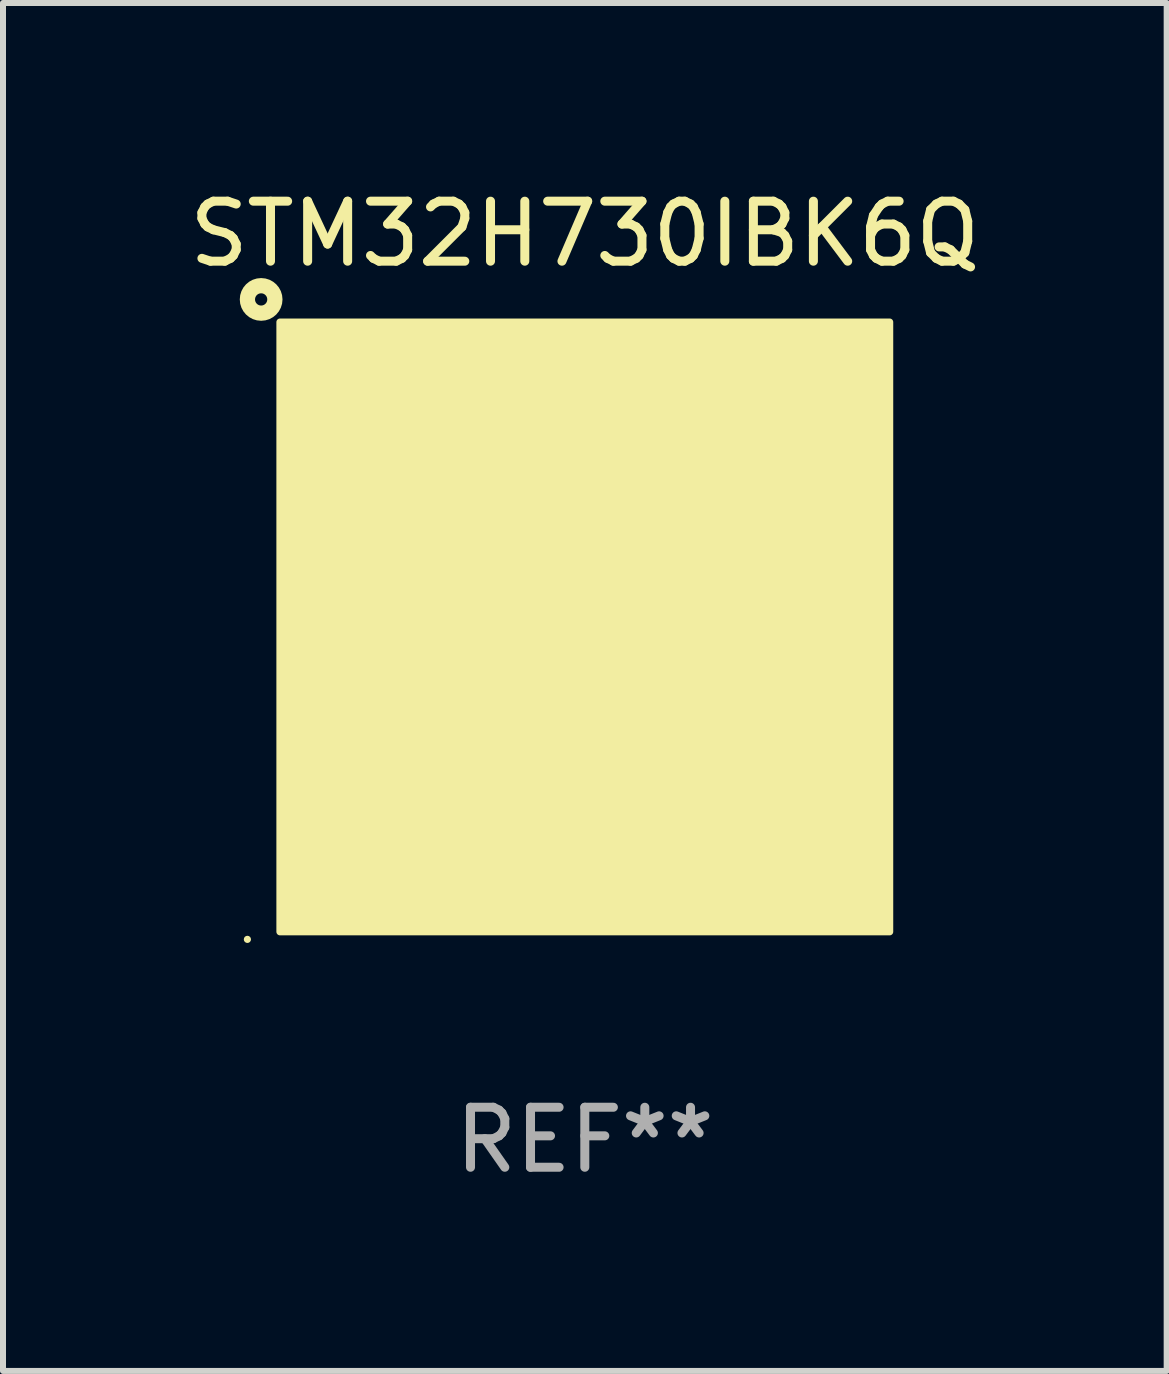
<source format=kicad_pcb>
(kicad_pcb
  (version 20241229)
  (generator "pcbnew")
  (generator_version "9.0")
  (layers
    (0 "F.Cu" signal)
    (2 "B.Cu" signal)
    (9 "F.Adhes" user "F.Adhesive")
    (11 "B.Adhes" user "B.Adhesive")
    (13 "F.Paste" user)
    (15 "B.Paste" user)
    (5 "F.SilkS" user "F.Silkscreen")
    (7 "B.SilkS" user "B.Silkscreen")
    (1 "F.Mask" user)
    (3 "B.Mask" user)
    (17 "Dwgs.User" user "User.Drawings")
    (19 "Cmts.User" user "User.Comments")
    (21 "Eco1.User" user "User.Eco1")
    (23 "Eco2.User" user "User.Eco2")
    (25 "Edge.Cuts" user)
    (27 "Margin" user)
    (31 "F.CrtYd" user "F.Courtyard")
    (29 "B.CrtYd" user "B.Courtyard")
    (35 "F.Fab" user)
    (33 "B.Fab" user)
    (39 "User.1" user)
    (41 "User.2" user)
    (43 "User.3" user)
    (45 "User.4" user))
  (footprint "STM32H730IBK6Q"
    (layer "F.Cu")
    (at 6.696 7.398)
    (property "Reference" "STM32H730IBK6Q" (at 0 -6.55 0) (layer "F.SilkS") (effects (font (size 1 1) (thickness 0.15))))
    (attr through_hole)
    (fp_circle (center -5.623 5.207) (end -5.593 5.207) (stroke (width 0.06) (type solid)) (fill no) (layer "F.SilkS"))
    (fp_circle (center -5.394 -5.458) (end -5.292 -5.458) (stroke (width 0.254) (type solid)) (fill no) (layer "F.SilkS"))
    (fp_poly (pts (xy -5.08 -5.08) (xy 5.08 -5.08) (xy 5.08 5.08) (xy -5.08 5.08)) (stroke (width 0.12) (type solid)) (fill yes) (layer "F.SilkS"))
    (fp_text user "REF**" (at 0 8.55 0) (layer "F.Fab") (effects (font (size 1 1) (thickness 0.15))))
    (pad "A1" smd circle (at -4.55 -4.55) (size 0.3 0.3) (layers "F.Cu" "F.Mask" "F.Paste"))
    (pad "A2" smd circle (at -3.9 -4.55) (size 0.3 0.3) (layers "F.Cu" "F.Mask" "F.Paste"))
    (pad "A3" smd circle (at -3.25 -4.55) (size 0.3 0.3) (layers "F.Cu" "F.Mask" "F.Paste"))
    (pad "A4" smd circle (at -2.6 -4.55) (size 0.3 0.3) (layers "F.Cu" "F.Mask" "F.Paste"))
    (pad "A5" smd circle (at -1.95 -4.55) (size 0.3 0.3) (layers "F.Cu" "F.Mask" "F.Paste"))
    (pad "A6" smd circle (at -1.3 -4.55) (size 0.3 0.3) (layers "F.Cu" "F.Mask" "F.Paste"))
    (pad "A7" smd circle (at -0.65 -4.55) (size 0.3 0.3) (layers "F.Cu" "F.Mask" "F.Paste"))
    (pad "A8" smd circle (at -0.000127 -4.55) (size 0.3 0.3) (layers "F.Cu" "F.Mask" "F.Paste"))
    (pad "A9" smd circle (at 0.65 -4.55) (size 0.3 0.3) (layers "F.Cu" "F.Mask" "F.Paste"))
    (pad "A10" smd circle (at 1.3 -4.55) (size 0.3 0.3) (layers "F.Cu" "F.Mask" "F.Paste"))
    (pad "A11" smd circle (at 1.95 -4.55) (size 0.3 0.3) (layers "F.Cu" "F.Mask" "F.Paste"))
    (pad "A12" smd circle (at 2.6 -4.55) (size 0.3 0.3) (layers "F.Cu" "F.Mask" "F.Paste"))
    (pad "A13" smd circle (at 3.25 -4.55) (size 0.3 0.3) (layers "F.Cu" "F.Mask" "F.Paste"))
    (pad "A14" smd circle (at 3.9 -4.55) (size 0.3 0.3) (layers "F.Cu" "F.Mask" "F.Paste"))
    (pad "A15" smd circle (at 4.55 -4.55) (size 0.3 0.3) (layers "F.Cu" "F.Mask" "F.Paste"))
    (pad "B1" smd circle (at -4.55 -3.9) (size 0.3 0.3) (layers "F.Cu" "F.Mask" "F.Paste"))
    (pad "B2" smd circle (at -3.9 -3.9) (size 0.3 0.3) (layers "F.Cu" "F.Mask" "F.Paste"))
    (pad "B3" smd circle (at -3.25 -3.9) (size 0.3 0.3) (layers "F.Cu" "F.Mask" "F.Paste"))
    (pad "B4" smd circle (at -2.6 -3.9) (size 0.3 0.3) (layers "F.Cu" "F.Mask" "F.Paste"))
    (pad "B5" smd circle (at -1.95 -3.9) (size 0.3 0.3) (layers "F.Cu" "F.Mask" "F.Paste"))
    (pad "B6" smd circle (at -1.3 -3.9) (size 0.3 0.3) (layers "F.Cu" "F.Mask" "F.Paste"))
    (pad "B7" smd circle (at -0.65 -3.9) (size 0.3 0.3) (layers "F.Cu" "F.Mask" "F.Paste"))
    (pad "B8" smd circle (at 0.000127 -3.9) (size 0.3 0.3) (layers "F.Cu" "F.Mask" "F.Paste"))
    (pad "B9" smd circle (at 0.65 -3.9) (size 0.3 0.3) (layers "F.Cu" "F.Mask" "F.Paste"))
    (pad "B10" smd circle (at 1.3 -3.9) (size 0.3 0.3) (layers "F.Cu" "F.Mask" "F.Paste"))
    (pad "B11" smd circle (at 1.95 -3.9) (size 0.3 0.3) (layers "F.Cu" "F.Mask" "F.Paste"))
    (pad "B12" smd circle (at 2.6 -3.9) (size 0.3 0.3) (layers "F.Cu" "F.Mask" "F.Paste"))
    (pad "B13" smd circle (at 3.25 -3.9) (size 0.3 0.3) (layers "F.Cu" "F.Mask" "F.Paste"))
    (pad "B14" smd circle (at 3.9 -3.9) (size 0.3 0.3) (layers "F.Cu" "F.Mask" "F.Paste"))
    (pad "B15" smd circle (at 4.55 -3.9) (size 0.3 0.3) (layers "F.Cu" "F.Mask" "F.Paste"))
    (pad "C1" smd circle (at -4.55 -3.25) (size 0.3 0.3) (layers "F.Cu" "F.Mask" "F.Paste"))
    (pad "C2" smd circle (at -3.9 -3.25) (size 0.3 0.3) (layers "F.Cu" "F.Mask" "F.Paste"))
    (pad "C3" smd circle (at -3.25 -3.25) (size 0.3 0.3) (layers "F.Cu" "F.Mask" "F.Paste"))
    (pad "C4" smd circle (at -2.6 -3.25) (size 0.3 0.3) (layers "F.Cu" "F.Mask" "F.Paste"))
    (pad "C5" smd circle (at -1.95 -3.25) (size 0.3 0.3) (layers "F.Cu" "F.Mask" "F.Paste"))
    (pad "C6" smd circle (at -1.3 -3.25) (size 0.3 0.3) (layers "F.Cu" "F.Mask" "F.Paste"))
    (pad "C7" smd circle (at -0.65 -3.25) (size 0.3 0.3) (layers "F.Cu" "F.Mask" "F.Paste"))
    (pad "C8" smd circle (at 0.000127 -3.25) (size 0.3 0.3) (layers "F.Cu" "F.Mask" "F.Paste"))
    (pad "C9" smd circle (at 0.65 -3.25) (size 0.3 0.3) (layers "F.Cu" "F.Mask" "F.Paste"))
    (pad "C10" smd circle (at 1.3 -3.25) (size 0.3 0.3) (layers "F.Cu" "F.Mask" "F.Paste"))
    (pad "C11" smd circle (at 1.95 -3.25) (size 0.3 0.3) (layers "F.Cu" "F.Mask" "F.Paste"))
    (pad "C12" smd circle (at 2.6 -3.25) (size 0.3 0.3) (layers "F.Cu" "F.Mask" "F.Paste"))
    (pad "C13" smd circle (at 3.25 -3.25) (size 0.3 0.3) (layers "F.Cu" "F.Mask" "F.Paste"))
    (pad "C14" smd circle (at 3.9 -3.25) (size 0.3 0.3) (layers "F.Cu" "F.Mask" "F.Paste"))
    (pad "C15" smd circle (at 4.55 -3.25) (size 0.3 0.3) (layers "F.Cu" "F.Mask" "F.Paste"))
    (pad "D1" smd circle (at -4.55 -2.6) (size 0.3 0.3) (layers "F.Cu" "F.Mask" "F.Paste"))
    (pad "D2" smd circle (at -3.9 -2.6) (size 0.3 0.3) (layers "F.Cu" "F.Mask" "F.Paste"))
    (pad "D3" smd circle (at -3.25 -2.6) (size 0.3 0.3) (layers "F.Cu" "F.Mask" "F.Paste"))
    (pad "D4" smd circle (at -2.6 -2.6) (size 0.3 0.3) (layers "F.Cu" "F.Mask" "F.Paste"))
    (pad "D5" smd circle (at -1.95 -2.6) (size 0.3 0.3) (layers "F.Cu" "F.Mask" "F.Paste"))
    (pad "D6" smd circle (at -1.3 -2.6) (size 0.3 0.3) (layers "F.Cu" "F.Mask" "F.Paste"))
    (pad "D7" smd circle (at -0.65 -2.6) (size 0.3 0.3) (layers "F.Cu" "F.Mask" "F.Paste"))
    (pad "D8" smd circle (at -0.000127 -2.6) (size 0.3 0.3) (layers "F.Cu" "F.Mask" "F.Paste"))
    (pad "D9" smd circle (at 0.65 -2.6) (size 0.3 0.3) (layers "F.Cu" "F.Mask" "F.Paste"))
    (pad "D10" smd circle (at 1.3 -2.6) (size 0.3 0.3) (layers "F.Cu" "F.Mask" "F.Paste"))
    (pad "D11" smd circle (at 1.95 -2.6) (size 0.3 0.3) (layers "F.Cu" "F.Mask" "F.Paste"))
    (pad "D12" smd circle (at 2.6 -2.6) (size 0.3 0.3) (layers "F.Cu" "F.Mask" "F.Paste"))
    (pad "D13" smd circle (at 3.25 -2.6) (size 0.3 0.3) (layers "F.Cu" "F.Mask" "F.Paste"))
    (pad "D14" smd circle (at 3.9 -2.6) (size 0.3 0.3) (layers "F.Cu" "F.Mask" "F.Paste"))
    (pad "D15" smd circle (at 4.55 -2.6) (size 0.3 0.3) (layers "F.Cu" "F.Mask" "F.Paste"))
    (pad "E1" smd circle (at -4.55 -1.95) (size 0.3 0.3) (layers "F.Cu" "F.Mask" "F.Paste"))
    (pad "E2" smd circle (at -3.9 -1.95) (size 0.3 0.3) (layers "F.Cu" "F.Mask" "F.Paste"))
    (pad "E3" smd circle (at -3.25 -1.95) (size 0.3 0.3) (layers "F.Cu" "F.Mask" "F.Paste"))
    (pad "E4" smd circle (at -2.6 -1.95) (size 0.3 0.3) (layers "F.Cu" "F.Mask" "F.Paste"))
    (pad "E12" smd circle (at 2.6 -1.95) (size 0.3 0.3) (layers "F.Cu" "F.Mask" "F.Paste"))
    (pad "E13" smd circle (at 3.25 -1.95) (size 0.3 0.3) (layers "F.Cu" "F.Mask" "F.Paste"))
    (pad "E14" smd circle (at 3.9 -1.95) (size 0.3 0.3) (layers "F.Cu" "F.Mask" "F.Paste"))
    (pad "E15" smd circle (at 4.55 -1.95) (size 0.3 0.3) (layers "F.Cu" "F.Mask" "F.Paste"))
    (pad "F1" smd circle (at -4.55 -1.3) (size 0.3 0.3) (layers "F.Cu" "F.Mask" "F.Paste"))
    (pad "F2" smd circle (at -3.9 -1.3) (size 0.3 0.3) (layers "F.Cu" "F.Mask" "F.Paste"))
    (pad "F3" smd circle (at -3.25 -1.3) (size 0.3 0.3) (layers "F.Cu" "F.Mask" "F.Paste"))
    (pad "F4" smd circle (at -2.6 -1.3) (size 0.3 0.3) (layers "F.Cu" "F.Mask" "F.Paste"))
    (pad "F6" smd circle (at -1.3 -1.3) (size 0.3 0.3) (layers "F.Cu" "F.Mask" "F.Paste"))
    (pad "F7" smd circle (at -0.65 -1.3) (size 0.3 0.3) (layers "F.Cu" "F.Mask" "F.Paste"))
    (pad "F8" smd circle (at 0.000127 -1.3) (size 0.3 0.3) (layers "F.Cu" "F.Mask" "F.Paste"))
    (pad "F9" smd circle (at 0.65 -1.3) (size 0.3 0.3) (layers "F.Cu" "F.Mask" "F.Paste"))
    (pad "F10" smd circle (at 1.3 -1.3) (size 0.3 0.3) (layers "F.Cu" "F.Mask" "F.Paste"))
    (pad "F12" smd circle (at 2.6 -1.3) (size 0.3 0.3) (layers "F.Cu" "F.Mask" "F.Paste"))
    (pad "F13" smd circle (at 3.25 -1.3) (size 0.3 0.3) (layers "F.Cu" "F.Mask" "F.Paste"))
    (pad "F14" smd circle (at 3.9 -1.3) (size 0.3 0.3) (layers "F.Cu" "F.Mask" "F.Paste"))
    (pad "F15" smd circle (at 4.55 -1.3) (size 0.3 0.3) (layers "F.Cu" "F.Mask" "F.Paste"))
    (pad "G1" smd circle (at -4.55 -0.65) (size 0.3 0.3) (layers "F.Cu" "F.Mask" "F.Paste"))
    (pad "G2" smd circle (at -3.9 -0.65) (size 0.3 0.3) (layers "F.Cu" "F.Mask" "F.Paste"))
    (pad "G3" smd circle (at -3.25 -0.65) (size 0.3 0.3) (layers "F.Cu" "F.Mask" "F.Paste"))
    (pad "G4" smd circle (at -2.6 -0.65) (size 0.3 0.3) (layers "F.Cu" "F.Mask" "F.Paste"))
    (pad "G6" smd circle (at -1.3 -0.65) (size 0.3 0.3) (layers "F.Cu" "F.Mask" "F.Paste"))
    (pad "G7" smd circle (at -0.65 -0.65) (size 0.3 0.3) (layers "F.Cu" "F.Mask" "F.Paste"))
    (pad "G8" smd circle (at -0.000127 -0.65) (size 0.3 0.3) (layers "F.Cu" "F.Mask" "F.Paste"))
    (pad "G9" smd circle (at 0.65 -0.65) (size 0.3 0.3) (layers "F.Cu" "F.Mask" "F.Paste"))
    (pad "G10" smd circle (at 1.3 -0.65) (size 0.3 0.3) (layers "F.Cu" "F.Mask" "F.Paste"))
    (pad "G12" smd circle (at 2.6 -0.65) (size 0.3 0.3) (layers "F.Cu" "F.Mask" "F.Paste"))
    (pad "G13" smd circle (at 3.25 -0.65) (size 0.3 0.3) (layers "F.Cu" "F.Mask" "F.Paste"))
    (pad "G14" smd circle (at 3.9 -0.65) (size 0.3 0.3) (layers "F.Cu" "F.Mask" "F.Paste"))
    (pad "G15" smd circle (at 4.55 -0.65) (size 0.3 0.3) (layers "F.Cu" "F.Mask" "F.Paste"))
    (pad "H1" smd circle (at -4.55 -0.000127) (size 0.3 0.3) (layers "F.Cu" "F.Mask" "F.Paste"))
    (pad "H2" smd circle (at -3.9 -0.000127) (size 0.3 0.3) (layers "F.Cu" "F.Mask" "F.Paste"))
    (pad "H3" smd circle (at -3.25 -0.000127) (size 0.3 0.3) (layers "F.Cu" "F.Mask" "F.Paste"))
    (pad "H4" smd circle (at -2.6 -0.000127) (size 0.3 0.3) (layers "F.Cu" "F.Mask" "F.Paste"))
    (pad "H6" smd circle (at -1.3 -0.000127) (size 0.3 0.3) (layers "F.Cu" "F.Mask" "F.Paste"))
    (pad "H7" smd circle (at -0.65 -0.000127) (size 0.3 0.3) (layers "F.Cu" "F.Mask" "F.Paste"))
    (pad "H8" smd circle (at -0.000127 -0.000127) (size 0.3 0.3) (layers "F.Cu" "F.Mask" "F.Paste"))
    (pad "H9" smd circle (at 0.65 -0.000127) (size 0.3 0.3) (layers "F.Cu" "F.Mask" "F.Paste"))
    (pad "H10" smd circle (at 1.3 -0.000127) (size 0.3 0.3) (layers "F.Cu" "F.Mask" "F.Paste"))
    (pad "H12" smd circle (at 2.6 -0.000127) (size 0.3 0.3) (layers "F.Cu" "F.Mask" "F.Paste"))
    (pad "H13" smd circle (at 3.25 -0.000127) (size 0.3 0.3) (layers "F.Cu" "F.Mask" "F.Paste"))
    (pad "H14" smd circle (at 3.9 -0.000127) (size 0.3 0.3) (layers "F.Cu" "F.Mask" "F.Paste"))
    (pad "H15" smd circle (at 4.55 -0.000127) (size 0.3 0.3) (layers "F.Cu" "F.Mask" "F.Paste"))
    (pad "J1" smd circle (at -4.55 0.65) (size 0.3 0.3) (layers "F.Cu" "F.Mask" "F.Paste"))
    (pad "J2" smd circle (at -3.9 0.65) (size 0.3 0.3) (layers "F.Cu" "F.Mask" "F.Paste"))
    (pad "J3" smd circle (at -3.25 0.65) (size 0.3 0.3) (layers "F.Cu" "F.Mask" "F.Paste"))
    (pad "J4" smd circle (at -2.6 0.65) (size 0.3 0.3) (layers "F.Cu" "F.Mask" "F.Paste"))
    (pad "J6" smd circle (at -1.3 0.65) (size 0.3 0.3) (layers "F.Cu" "F.Mask" "F.Paste"))
    (pad "J7" smd circle (at -0.65 0.65) (size 0.3 0.3) (layers "F.Cu" "F.Mask" "F.Paste"))
    (pad "J8" smd circle (at -0.000127 0.65) (size 0.3 0.3) (layers "F.Cu" "F.Mask" "F.Paste"))
    (pad "J9" smd circle (at 0.65 0.65) (size 0.3 0.3) (layers "F.Cu" "F.Mask" "F.Paste"))
    (pad "J10" smd circle (at 1.3 0.65) (size 0.3 0.3) (layers "F.Cu" "F.Mask" "F.Paste"))
    (pad "J12" smd circle (at 2.6 0.65) (size 0.3 0.3) (layers "F.Cu" "F.Mask" "F.Paste"))
    (pad "J13" smd circle (at 3.25 0.65) (size 0.3 0.3) (layers "F.Cu" "F.Mask" "F.Paste"))
    (pad "J14" smd circle (at 3.9 0.65) (size 0.3 0.3) (layers "F.Cu" "F.Mask" "F.Paste"))
    (pad "J15" smd circle (at 4.55 0.65) (size 0.3 0.3) (layers "F.Cu" "F.Mask" "F.Paste"))
    (pad "K1" smd circle (at -4.55 1.3) (size 0.3 0.3) (layers "F.Cu" "F.Mask" "F.Paste"))
    (pad "K2" smd circle (at -3.9 1.3) (size 0.3 0.3) (layers "F.Cu" "F.Mask" "F.Paste"))
    (pad "K3" smd circle (at -3.25 1.3) (size 0.3 0.3) (layers "F.Cu" "F.Mask" "F.Paste"))
    (pad "K4" smd circle (at -2.6 1.3) (size 0.3 0.3) (layers "F.Cu" "F.Mask" "F.Paste"))
    (pad "K6" smd circle (at -1.3 1.3) (size 0.3 0.3) (layers "F.Cu" "F.Mask" "F.Paste"))
    (pad "K7" smd circle (at -0.65 1.3) (size 0.3 0.3) (layers "F.Cu" "F.Mask" "F.Paste"))
    (pad "K8" smd circle (at 0.000127 1.3) (size 0.3 0.3) (layers "F.Cu" "F.Mask" "F.Paste"))
    (pad "K9" smd circle (at 0.65 1.3) (size 0.3 0.3) (layers "F.Cu" "F.Mask" "F.Paste"))
    (pad "K10" smd circle (at 1.3 1.3) (size 0.3 0.3) (layers "F.Cu" "F.Mask" "F.Paste"))
    (pad "K12" smd circle (at 2.6 1.3) (size 0.3 0.3) (layers "F.Cu" "F.Mask" "F.Paste"))
    (pad "K13" smd circle (at 3.25 1.3) (size 0.3 0.3) (layers "F.Cu" "F.Mask" "F.Paste"))
    (pad "K14" smd circle (at 3.9 1.3) (size 0.3 0.3) (layers "F.Cu" "F.Mask" "F.Paste"))
    (pad "K15" smd circle (at 4.55 1.3) (size 0.3 0.3) (layers "F.Cu" "F.Mask" "F.Paste"))
    (pad "L1" smd circle (at -4.55 1.95) (size 0.3 0.3) (layers "F.Cu" "F.Mask" "F.Paste"))
    (pad "L2" smd circle (at -3.9 1.95) (size 0.3 0.3) (layers "F.Cu" "F.Mask" "F.Paste"))
    (pad "L3" smd circle (at -3.25 1.95) (size 0.3 0.3) (layers "F.Cu" "F.Mask" "F.Paste"))
    (pad "L4" smd circle (at -2.6 1.95) (size 0.3 0.3) (layers "F.Cu" "F.Mask" "F.Paste"))
    (pad "L12" smd circle (at 2.6 1.95) (size 0.3 0.3) (layers "F.Cu" "F.Mask" "F.Paste"))
    (pad "L13" smd circle (at 3.25 1.95) (size 0.3 0.3) (layers "F.Cu" "F.Mask" "F.Paste"))
    (pad "L14" smd circle (at 3.9 1.95) (size 0.3 0.3) (layers "F.Cu" "F.Mask" "F.Paste"))
    (pad "L15" smd circle (at 4.55 1.95) (size 0.3 0.3) (layers "F.Cu" "F.Mask" "F.Paste"))
    (pad "M1" smd circle (at -4.55 2.6) (size 0.3 0.3) (layers "F.Cu" "F.Mask" "F.Paste"))
    (pad "M2" smd circle (at -3.9 2.6) (size 0.3 0.3) (layers "F.Cu" "F.Mask" "F.Paste"))
    (pad "M3" smd circle (at -3.25 2.6) (size 0.3 0.3) (layers "F.Cu" "F.Mask" "F.Paste"))
    (pad "M4" smd circle (at -2.6 2.6) (size 0.3 0.3) (layers "F.Cu" "F.Mask" "F.Paste"))
    (pad "M5" smd circle (at -1.95 2.6) (size 0.3 0.3) (layers "F.Cu" "F.Mask" "F.Paste"))
    (pad "M6" smd circle (at -1.3 2.6) (size 0.3 0.3) (layers "F.Cu" "F.Mask" "F.Paste"))
    (pad "M7" smd circle (at -0.65 2.6) (size 0.3 0.3) (layers "F.Cu" "F.Mask" "F.Paste"))
    (pad "M8" smd circle (at -0.000127 2.6) (size 0.3 0.3) (layers "F.Cu" "F.Mask" "F.Paste"))
    (pad "M9" smd circle (at 0.65 2.6) (size 0.3 0.3) (layers "F.Cu" "F.Mask" "F.Paste"))
    (pad "M10" smd circle (at 1.3 2.6) (size 0.3 0.3) (layers "F.Cu" "F.Mask" "F.Paste"))
    (pad "M11" smd circle (at 1.95 2.6) (size 0.3 0.3) (layers "F.Cu" "F.Mask" "F.Paste"))
    (pad "M12" smd circle (at 2.6 2.6) (size 0.3 0.3) (layers "F.Cu" "F.Mask" "F.Paste"))
    (pad "M13" smd circle (at 3.25 2.6) (size 0.3 0.3) (layers "F.Cu" "F.Mask" "F.Paste"))
    (pad "M14" smd circle (at 3.9 2.6) (size 0.3 0.3) (layers "F.Cu" "F.Mask" "F.Paste"))
    (pad "M15" smd circle (at 4.55 2.6) (size 0.3 0.3) (layers "F.Cu" "F.Mask" "F.Paste"))
    (pad "N1" smd circle (at -4.55 3.25) (size 0.3 0.3) (layers "F.Cu" "F.Mask" "F.Paste"))
    (pad "N2" smd circle (at -3.9 3.25) (size 0.3 0.3) (layers "F.Cu" "F.Mask" "F.Paste"))
    (pad "N3" smd circle (at -3.25 3.25) (size 0.3 0.3) (layers "F.Cu" "F.Mask" "F.Paste"))
    (pad "N4" smd circle (at -2.6 3.25) (size 0.3 0.3) (layers "F.Cu" "F.Mask" "F.Paste"))
    (pad "N5" smd circle (at -1.95 3.25) (size 0.3 0.3) (layers "F.Cu" "F.Mask" "F.Paste"))
    (pad "N6" smd circle (at -1.3 3.25) (size 0.3 0.3) (layers "F.Cu" "F.Mask" "F.Paste"))
    (pad "N7" smd circle (at -0.65 3.25) (size 0.3 0.3) (layers "F.Cu" "F.Mask" "F.Paste"))
    (pad "N8" smd circle (at -0.000127 3.25) (size 0.3 0.3) (layers "F.Cu" "F.Mask" "F.Paste"))
    (pad "N9" smd circle (at 0.65 3.25) (size 0.3 0.3) (layers "F.Cu" "F.Mask" "F.Paste"))
    (pad "N10" smd circle (at 1.3 3.25) (size 0.3 0.3) (layers "F.Cu" "F.Mask" "F.Paste"))
    (pad "N11" smd circle (at 1.95 3.25) (size 0.3 0.3) (layers "F.Cu" "F.Mask" "F.Paste"))
    (pad "N12" smd circle (at 2.6 3.25) (size 0.3 0.3) (layers "F.Cu" "F.Mask" "F.Paste"))
    (pad "N13" smd circle (at 3.25 3.25) (size 0.3 0.3) (layers "F.Cu" "F.Mask" "F.Paste"))
    (pad "N14" smd circle (at 3.9 3.25) (size 0.3 0.3) (layers "F.Cu" "F.Mask" "F.Paste"))
    (pad "N15" smd circle (at 4.55 3.25) (size 0.3 0.3) (layers "F.Cu" "F.Mask" "F.Paste"))
    (pad "P1" smd circle (at -4.55 3.9) (size 0.3 0.3) (layers "F.Cu" "F.Mask" "F.Paste"))
    (pad "P2" smd circle (at -3.9 3.9) (size 0.3 0.3) (layers "F.Cu" "F.Mask" "F.Paste"))
    (pad "P3" smd circle (at -3.25 3.9) (size 0.3 0.3) (layers "F.Cu" "F.Mask" "F.Paste"))
    (pad "P4" smd circle (at -2.6 3.9) (size 0.3 0.3) (layers "F.Cu" "F.Mask" "F.Paste"))
    (pad "P5" smd circle (at -1.95 3.9) (size 0.3 0.3) (layers "F.Cu" "F.Mask" "F.Paste"))
    (pad "P6" smd circle (at -1.3 3.9) (size 0.3 0.3) (layers "F.Cu" "F.Mask" "F.Paste"))
    (pad "P7" smd circle (at -0.65 3.9) (size 0.3 0.3) (layers "F.Cu" "F.Mask" "F.Paste"))
    (pad "P8" smd circle (at 0.000127 3.9) (size 0.3 0.3) (layers "F.Cu" "F.Mask" "F.Paste"))
    (pad "P9" smd circle (at 0.65 3.9) (size 0.3 0.3) (layers "F.Cu" "F.Mask" "F.Paste"))
    (pad "P10" smd circle (at 1.3 3.9) (size 0.3 0.3) (layers "F.Cu" "F.Mask" "F.Paste"))
    (pad "P11" smd circle (at 1.95 3.9) (size 0.3 0.3) (layers "F.Cu" "F.Mask" "F.Paste"))
    (pad "P12" smd circle (at 2.6 3.9) (size 0.3 0.3) (layers "F.Cu" "F.Mask" "F.Paste"))
    (pad "P13" smd circle (at 3.25 3.9) (size 0.3 0.3) (layers "F.Cu" "F.Mask" "F.Paste"))
    (pad "P14" smd circle (at 3.9 3.9) (size 0.3 0.3) (layers "F.Cu" "F.Mask" "F.Paste"))
    (pad "P15" smd circle (at 4.55 3.9) (size 0.3 0.3) (layers "F.Cu" "F.Mask" "F.Paste"))
    (pad "R1" smd circle (at -4.55 4.55) (size 0.3 0.3) (layers "F.Cu" "F.Mask" "F.Paste"))
    (pad "R2" smd circle (at -3.9 4.55) (size 0.3 0.3) (layers "F.Cu" "F.Mask" "F.Paste"))
    (pad "R3" smd circle (at -3.25 4.55) (size 0.3 0.3) (layers "F.Cu" "F.Mask" "F.Paste"))
    (pad "R4" smd circle (at -2.6 4.55) (size 0.3 0.3) (layers "F.Cu" "F.Mask" "F.Paste"))
    (pad "R5" smd circle (at -1.95 4.55) (size 0.3 0.3) (layers "F.Cu" "F.Mask" "F.Paste"))
    (pad "R6" smd circle (at -1.3 4.55) (size 0.3 0.3) (layers "F.Cu" "F.Mask" "F.Paste"))
    (pad "R7" smd circle (at -0.65 4.55) (size 0.3 0.3) (layers "F.Cu" "F.Mask" "F.Paste"))
    (pad "R8" smd circle (at -0.000127 4.55) (size 0.3 0.3) (layers "F.Cu" "F.Mask" "F.Paste"))
    (pad "R9" smd circle (at 0.65 4.55) (size 0.3 0.3) (layers "F.Cu" "F.Mask" "F.Paste"))
    (pad "R10" smd circle (at 1.3 4.55) (size 0.3 0.3) (layers "F.Cu" "F.Mask" "F.Paste"))
    (pad "R11" smd circle (at 1.95 4.55) (size 0.3 0.3) (layers "F.Cu" "F.Mask" "F.Paste"))
    (pad "R12" smd circle (at 2.6 4.55) (size 0.3 0.3) (layers "F.Cu" "F.Mask" "F.Paste"))
    (pad "R13" smd circle (at 3.25 4.55) (size 0.3 0.3) (layers "F.Cu" "F.Mask" "F.Paste"))
    (pad "R14" smd circle (at 3.9 4.55) (size 0.3 0.3) (layers "F.Cu" "F.Mask" "F.Paste"))
    (pad "R15" smd circle (at 4.55 4.55) (size 0.3 0.3) (layers "F.Cu" "F.Mask" "F.Paste")))
  (gr_rect
    (start -3 -3)
    (end 16.393 19.797)
    (stroke (width 0.1) (type default))
    (fill no)
    (layer "Edge.Cuts")))
</source>
